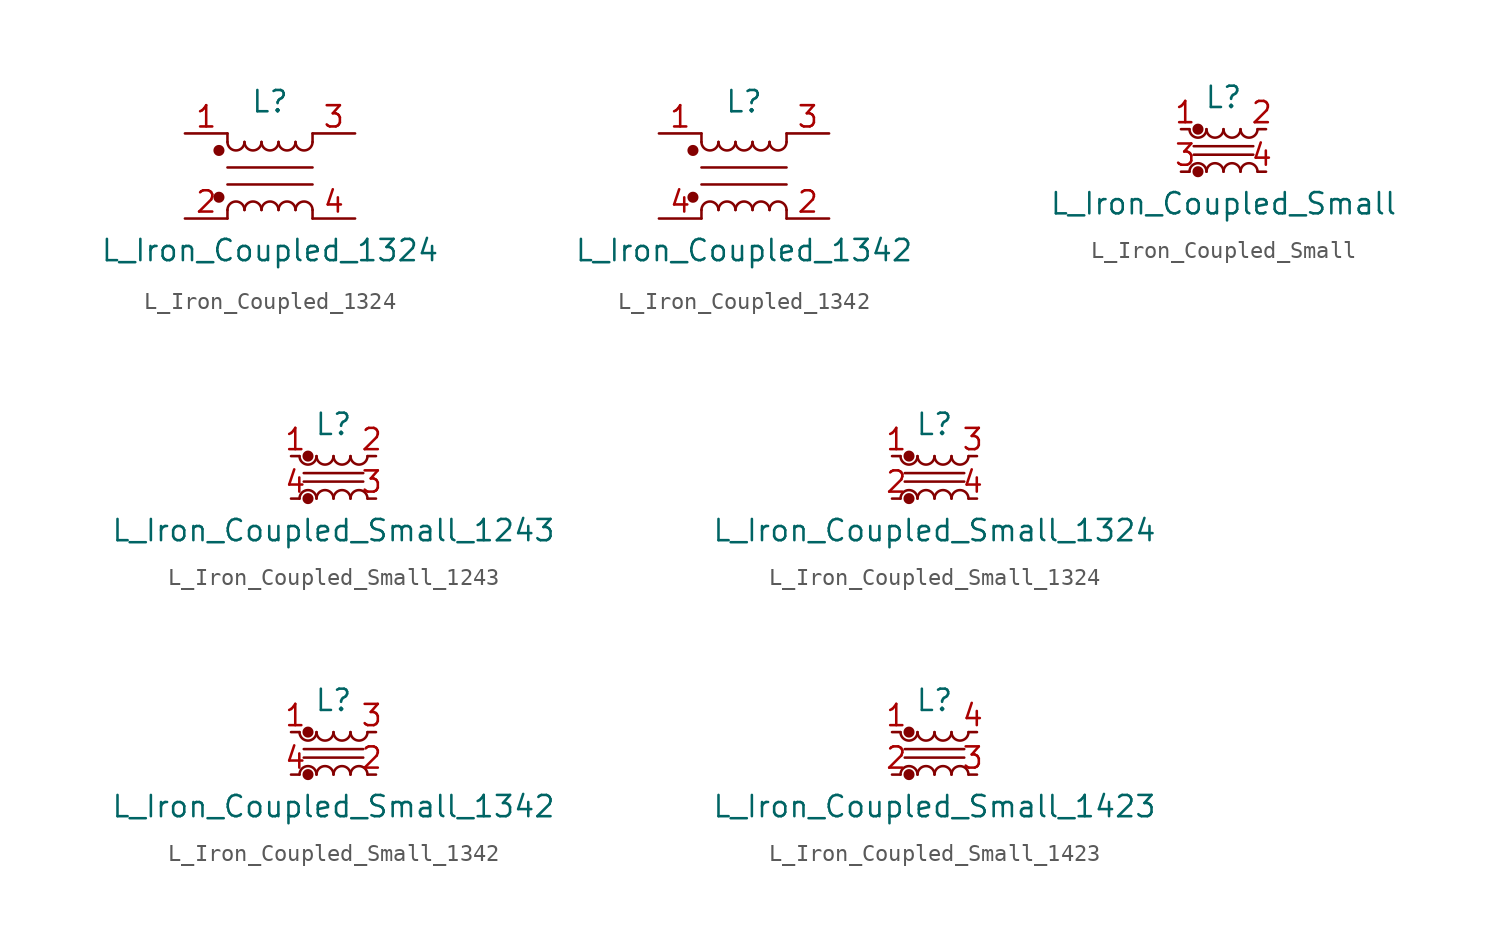
<source format=kicad_sym>
(kicad_symbol_lib
  (version 20201005)
  (generator kicad_symbol_editor)
  (symbol "L_Iron_Coupled_1324"
    (pin_names
      (offset 0.254) hide)
    (property "Reference" "L"
      (at 0 4.445 0)
      (effects (font (size 1.27 1.27))))
    (property "Value" "L_Iron_Coupled_1324"
      (at 0 -4.445 0)
      (effects (font (size 1.27 1.27))))
    (symbol "L_Iron_Coupled_1324_0_1"
      (arc (start -1.524 -2.032) (end -2.54 -2.032) (radius (at -2.032 -2.032) (length 0.508) (angles 0.1 179.9)) (stroke (width 0)) (fill (type none)))
      (arc (start -2.54 2.032) (end -1.524 2.032) (radius (at -2.032 2.032) (length 0.508) (angles -179.9 -0.1)) (stroke (width 0)) (fill (type none)))
      (arc (start -0.508 -2.032) (end -1.524 -2.032) (radius (at -1.016 -2.032) (length 0.508) (angles 0.1 179.9)) (stroke (width 0)) (fill (type none)))
      (arc (start -1.524 2.032) (end -0.508 2.032) (radius (at -1.016 2.032) (length 0.508) (angles -179.9 -0.1)) (stroke (width 0)) (fill (type none)))
      (arc (start 0.508 -2.032) (end -0.508 -2.032) (radius (at 0 -2.032) (length 0.508) (angles 0.1 179.9)) (stroke (width 0)) (fill (type none)))
      (arc (start -0.508 2.032) (end 0.508 2.032) (radius (at 0 2.032) (length 0.508) (angles -179.9 -0.1)) (stroke (width 0)) (fill (type none)))
      (arc (start 1.524 -2.032) (end 0.508 -2.032) (radius (at 1.016 -2.032) (length 0.508) (angles 0.1 179.9)) (stroke (width 0)) (fill (type none)))
      (arc (start 0.508 2.032) (end 1.524 2.032) (radius (at 1.016 2.032) (length 0.508) (angles -179.9 -0.1)) (stroke (width 0)) (fill (type none)))
      (arc (start 2.54 -2.032) (end 1.524 -2.032) (radius (at 2.032 -2.032) (length 0.508) (angles 0.1 179.9)) (stroke (width 0)) (fill (type none)))
      (arc (start 1.524 2.032) (end 2.54 2.032) (radius (at 2.032 2.032) (length 0.508) (angles -179.9 -0.1)) (stroke (width 0)) (fill (type none)))
      (circle (center -3.048 -1.27) (radius 0.254) (stroke (width 0)) (fill (type outline)))
      (circle (center -3.048 1.524) (radius 0.254) (stroke (width 0)) (fill (type outline)))
      (polyline (pts (xy -2.54 -2.032) (xy -2.54 -2.54)) (stroke (width 0)) (fill (type none)))
      (polyline (pts (xy -2.54 0.508) (xy 2.54 0.508)) (stroke (width 0)) (fill (type none)))
      (polyline (pts (xy -2.54 2.032) (xy -2.54 2.54)) (stroke (width 0)) (fill (type none)))
      (polyline (pts (xy 2.54 -2.032) (xy 2.54 -2.54)) (stroke (width 0)) (fill (type none)))
      (polyline (pts (xy 2.54 -0.508) (xy -2.54 -0.508)) (stroke (width 0)) (fill (type none)))
      (polyline (pts (xy 2.54 2.54) (xy 2.54 2.032)) (stroke (width 0)) (fill (type none))))
    (symbol "L_Iron_Coupled_1324_1_1"
      (pin passive line (at -5.08 2.54 0) (length 2.54) (name "1" (effects (font (size 1.27 1.27)))) (number "1" (effects (font (size 1.27 1.27)))))
      (pin passive line (at -5.08 -2.54 0) (length 2.54) (name "2" (effects (font (size 1.27 1.27)))) (number "2" (effects (font (size 1.27 1.27)))))
      (pin passive line (at 5.08 2.54 180) (length 2.54) (name "3" (effects (font (size 1.27 1.27)))) (number "3" (effects (font (size 1.27 1.27)))))
      (pin passive line (at 5.08 -2.54 180) (length 2.54) (name "4" (effects (font (size 1.27 1.27)))) (number "4" (effects (font (size 1.27 1.27)))))))
  (symbol "L_Iron_Coupled_1342"
    (pin_names
      (offset 0.254) hide)
    (property "Reference" "L"
      (at 0 4.445 0)
      (effects (font (size 1.27 1.27))))
    (property "Value" "L_Iron_Coupled_1342"
      (at 0 -4.445 0)
      (effects (font (size 1.27 1.27))))
    (symbol "L_Iron_Coupled_1342_0_1"
      (arc (start -1.524 -2.032) (end -2.54 -2.032) (radius (at -2.032 -2.032) (length 0.508) (angles 0.1 179.9)) (stroke (width 0)) (fill (type none)))
      (arc (start -2.54 2.032) (end -1.524 2.032) (radius (at -2.032 2.032) (length 0.508) (angles -179.9 -0.1)) (stroke (width 0)) (fill (type none)))
      (arc (start -0.508 -2.032) (end -1.524 -2.032) (radius (at -1.016 -2.032) (length 0.508) (angles 0.1 179.9)) (stroke (width 0)) (fill (type none)))
      (arc (start -1.524 2.032) (end -0.508 2.032) (radius (at -1.016 2.032) (length 0.508) (angles -179.9 -0.1)) (stroke (width 0)) (fill (type none)))
      (arc (start 0.508 -2.032) (end -0.508 -2.032) (radius (at 0 -2.032) (length 0.508) (angles 0.1 179.9)) (stroke (width 0)) (fill (type none)))
      (arc (start -0.508 2.032) (end 0.508 2.032) (radius (at 0 2.032) (length 0.508) (angles -179.9 -0.1)) (stroke (width 0)) (fill (type none)))
      (arc (start 1.524 -2.032) (end 0.508 -2.032) (radius (at 1.016 -2.032) (length 0.508) (angles 0.1 179.9)) (stroke (width 0)) (fill (type none)))
      (arc (start 0.508 2.032) (end 1.524 2.032) (radius (at 1.016 2.032) (length 0.508) (angles -179.9 -0.1)) (stroke (width 0)) (fill (type none)))
      (arc (start 2.54 -2.032) (end 1.524 -2.032) (radius (at 2.032 -2.032) (length 0.508) (angles 0.1 179.9)) (stroke (width 0)) (fill (type none)))
      (arc (start 1.524 2.032) (end 2.54 2.032) (radius (at 2.032 2.032) (length 0.508) (angles -179.9 -0.1)) (stroke (width 0)) (fill (type none)))
      (circle (center -3.048 -1.27) (radius 0.254) (stroke (width 0)) (fill (type outline)))
      (circle (center -3.048 1.524) (radius 0.254) (stroke (width 0)) (fill (type outline)))
      (polyline (pts (xy -2.54 -2.032) (xy -2.54 -2.54)) (stroke (width 0)) (fill (type none)))
      (polyline (pts (xy -2.54 0.508) (xy 2.54 0.508)) (stroke (width 0)) (fill (type none)))
      (polyline (pts (xy -2.54 2.032) (xy -2.54 2.54)) (stroke (width 0)) (fill (type none)))
      (polyline (pts (xy 2.54 -2.032) (xy 2.54 -2.54)) (stroke (width 0)) (fill (type none)))
      (polyline (pts (xy 2.54 -0.508) (xy -2.54 -0.508)) (stroke (width 0)) (fill (type none)))
      (polyline (pts (xy 2.54 2.54) (xy 2.54 2.032)) (stroke (width 0)) (fill (type none))))
    (symbol "L_Iron_Coupled_1342_1_1"
      (pin passive line (at -5.08 2.54 0) (length 2.54) (name "1" (effects (font (size 1.27 1.27)))) (number "1" (effects (font (size 1.27 1.27)))))
      (pin passive line (at 5.08 -2.54 180) (length 2.54) (name "2" (effects (font (size 1.27 1.27)))) (number "2" (effects (font (size 1.27 1.27)))))
      (pin passive line (at 5.08 2.54 180) (length 2.54) (name "3" (effects (font (size 1.27 1.27)))) (number "3" (effects (font (size 1.27 1.27)))))
      (pin passive line (at -5.08 -2.54 0) (length 2.54) (name "4" (effects (font (size 1.27 1.27)))) (number "4" (effects (font (size 1.27 1.27)))))))
  (symbol "L_Iron_Coupled_Small"
    (pin_names
      (offset 0.254) hide)
    (property "Reference" "L"
      (at 0 3.175 0)
      (effects (font (size 1.27 1.27))))
    (property "Value" "L_Iron_Coupled_Small"
      (at 0 -3.175 0)
      (effects (font (size 1.27 1.27))))
    (symbol "L_Iron_Coupled_Small_0_1"
      (arc (start -1.016 -1.27) (end -2.032 -1.27) (radius (at -1.524 -1.27) (length 0.508) (angles 0.1 179.9)) (stroke (width 0)) (fill (type none)))
      (arc (start -2.032 1.27) (end -1.016 1.27) (radius (at -1.524 1.27) (length 0.508) (angles -179.9 -0.1)) (stroke (width 0)) (fill (type none)))
      (arc (start 0 -1.27) (end -1.016 -1.27) (radius (at -0.508 -1.27) (length 0.508) (angles 0.1 179.9)) (stroke (width 0)) (fill (type none)))
      (arc (start -1.016 1.27) (end 0 1.27) (radius (at -0.508 1.27) (length 0.508) (angles -179.9 -0.1)) (stroke (width 0)) (fill (type none)))
      (arc (start 1.016 -1.27) (end 0 -1.27) (radius (at 0.508 -1.27) (length 0.508) (angles 0.1 179.9)) (stroke (width 0)) (fill (type none)))
      (arc (start 0 1.27) (end 1.016 1.27) (radius (at 0.508 1.27) (length 0.508) (angles -179.9 -0.1)) (stroke (width 0)) (fill (type none)))
      (arc (start 2.032 -1.27) (end 1.016 -1.27) (radius (at 1.524 -1.27) (length 0.508) (angles 0.1 179.9)) (stroke (width 0)) (fill (type none)))
      (arc (start 1.016 1.27) (end 2.032 1.27) (radius (at 1.524 1.27) (length 0.508) (angles -179.9 -0.1)) (stroke (width 0)) (fill (type none)))
      (circle (center -1.524 -1.27) (radius 0.254) (stroke (width 0)) (fill (type outline)))
      (circle (center -1.524 1.27) (radius 0.254) (stroke (width 0)) (fill (type outline)))
      (polyline (pts (xy 1.778 -0.254) (xy -1.778 -0.254)) (stroke (width 0)) (fill (type none)))
      (polyline (pts (xy 1.778 0.254) (xy -1.778 0.254)) (stroke (width 0)) (fill (type none))))
    (symbol "L_Iron_Coupled_Small_1_1"
      (pin passive line (at -2.54 1.27 0) (length 0.508) (name "1" (effects (font (size 1.27 1.27)))) (number "1" (effects (font (size 1.27 1.27)))))
      (pin passive line (at 2.54 1.27 180) (length 0.508) (name "2" (effects (font (size 1.27 1.27)))) (number "2" (effects (font (size 1.27 1.27)))))
      (pin passive line (at -2.54 -1.27 0) (length 0.508) (name "3" (effects (font (size 1.27 1.27)))) (number "3" (effects (font (size 1.27 1.27)))))
      (pin passive line (at 2.54 -1.27 180) (length 0.508) (name "4" (effects (font (size 1.27 1.27)))) (number "4" (effects (font (size 1.27 1.27)))))))
  (symbol "L_Iron_Coupled_Small_1243"
    (pin_names
      (offset 0.254) hide)
    (property "Reference" "L"
      (at 0 3.175 0)
      (effects (font (size 1.27 1.27))))
    (property "Value" "L_Iron_Coupled_Small_1243"
      (at 0 -3.175 0)
      (effects (font (size 1.27 1.27))))
    (symbol "L_Iron_Coupled_Small_1243_0_1"
      (arc (start -1.016 -1.27) (end -2.032 -1.27) (radius (at -1.524 -1.27) (length 0.508) (angles 0.1 179.9)) (stroke (width 0)) (fill (type none)))
      (arc (start -2.032 1.27) (end -1.016 1.27) (radius (at -1.524 1.27) (length 0.508) (angles -179.9 -0.1)) (stroke (width 0)) (fill (type none)))
      (arc (start 0 -1.27) (end -1.016 -1.27) (radius (at -0.508 -1.27) (length 0.508) (angles 0.1 179.9)) (stroke (width 0)) (fill (type none)))
      (arc (start -1.016 1.27) (end 0 1.27) (radius (at -0.508 1.27) (length 0.508) (angles -179.9 -0.1)) (stroke (width 0)) (fill (type none)))
      (arc (start 1.016 -1.27) (end 0 -1.27) (radius (at 0.508 -1.27) (length 0.508) (angles 0.1 179.9)) (stroke (width 0)) (fill (type none)))
      (arc (start 0 1.27) (end 1.016 1.27) (radius (at 0.508 1.27) (length 0.508) (angles -179.9 -0.1)) (stroke (width 0)) (fill (type none)))
      (arc (start 2.032 -1.27) (end 1.016 -1.27) (radius (at 1.524 -1.27) (length 0.508) (angles 0.1 179.9)) (stroke (width 0)) (fill (type none)))
      (arc (start 1.016 1.27) (end 2.032 1.27) (radius (at 1.524 1.27) (length 0.508) (angles -179.9 -0.1)) (stroke (width 0)) (fill (type none)))
      (circle (center -1.524 -1.27) (radius 0.254) (stroke (width 0)) (fill (type outline)))
      (circle (center -1.524 1.27) (radius 0.254) (stroke (width 0)) (fill (type outline)))
      (polyline (pts (xy 1.778 -0.254) (xy -1.778 -0.254)) (stroke (width 0)) (fill (type none)))
      (polyline (pts (xy 1.778 0.254) (xy -1.778 0.254)) (stroke (width 0)) (fill (type none))))
    (symbol "L_Iron_Coupled_Small_1243_1_1"
      (pin passive line (at -2.54 1.27 0) (length 0.508) (name "1" (effects (font (size 1.27 1.27)))) (number "1" (effects (font (size 1.27 1.27)))))
      (pin passive line (at 2.54 1.27 180) (length 0.508) (name "2" (effects (font (size 1.27 1.27)))) (number "2" (effects (font (size 1.27 1.27)))))
      (pin passive line (at 2.54 -1.27 180) (length 0.508) (name "3" (effects (font (size 1.27 1.27)))) (number "3" (effects (font (size 1.27 1.27)))))
      (pin passive line (at -2.54 -1.27 0) (length 0.508) (name "4" (effects (font (size 1.27 1.27)))) (number "4" (effects (font (size 1.27 1.27)))))))
  (symbol "L_Iron_Coupled_Small_1324"
    (pin_names
      (offset 0.254) hide)
    (property "Reference" "L"
      (at 0 3.175 0)
      (effects (font (size 1.27 1.27))))
    (property "Value" "L_Iron_Coupled_Small_1324"
      (at 0 -3.175 0)
      (effects (font (size 1.27 1.27))))
    (symbol "L_Iron_Coupled_Small_1324_0_1"
      (arc (start -1.016 -1.27) (end -2.032 -1.27) (radius (at -1.524 -1.27) (length 0.508) (angles 0.1 179.9)) (stroke (width 0)) (fill (type none)))
      (arc (start -2.032 1.27) (end -1.016 1.27) (radius (at -1.524 1.27) (length 0.508) (angles -179.9 -0.1)) (stroke (width 0)) (fill (type none)))
      (arc (start 0 -1.27) (end -1.016 -1.27) (radius (at -0.508 -1.27) (length 0.508) (angles 0.1 179.9)) (stroke (width 0)) (fill (type none)))
      (arc (start -1.016 1.27) (end 0 1.27) (radius (at -0.508 1.27) (length 0.508) (angles -179.9 -0.1)) (stroke (width 0)) (fill (type none)))
      (arc (start 1.016 -1.27) (end 0 -1.27) (radius (at 0.508 -1.27) (length 0.508) (angles 0.1 179.9)) (stroke (width 0)) (fill (type none)))
      (arc (start 0 1.27) (end 1.016 1.27) (radius (at 0.508 1.27) (length 0.508) (angles -179.9 -0.1)) (stroke (width 0)) (fill (type none)))
      (arc (start 2.032 -1.27) (end 1.016 -1.27) (radius (at 1.524 -1.27) (length 0.508) (angles 0.1 179.9)) (stroke (width 0)) (fill (type none)))
      (arc (start 1.016 1.27) (end 2.032 1.27) (radius (at 1.524 1.27) (length 0.508) (angles -179.9 -0.1)) (stroke (width 0)) (fill (type none)))
      (circle (center -1.524 -1.27) (radius 0.254) (stroke (width 0)) (fill (type outline)))
      (circle (center -1.524 1.27) (radius 0.254) (stroke (width 0)) (fill (type outline)))
      (polyline (pts (xy 1.778 -0.254) (xy -1.778 -0.254)) (stroke (width 0)) (fill (type none)))
      (polyline (pts (xy 1.778 0.254) (xy -1.778 0.254)) (stroke (width 0)) (fill (type none))))
    (symbol "L_Iron_Coupled_Small_1324_1_1"
      (pin passive line (at -2.54 1.27 0) (length 0.508) (name "1" (effects (font (size 1.27 1.27)))) (number "1" (effects (font (size 1.27 1.27)))))
      (pin passive line (at -2.54 -1.27 0) (length 0.508) (name "2" (effects (font (size 1.27 1.27)))) (number "2" (effects (font (size 1.27 1.27)))))
      (pin passive line (at 2.54 1.27 180) (length 0.508) (name "3" (effects (font (size 1.27 1.27)))) (number "3" (effects (font (size 1.27 1.27)))))
      (pin passive line (at 2.54 -1.27 180) (length 0.508) (name "4" (effects (font (size 1.27 1.27)))) (number "4" (effects (font (size 1.27 1.27)))))))
  (symbol "L_Iron_Coupled_Small_1342"
    (pin_names
      (offset 0.254) hide)
    (property "Reference" "L"
      (at 0 3.175 0)
      (effects (font (size 1.27 1.27))))
    (property "Value" "L_Iron_Coupled_Small_1342"
      (at 0 -3.175 0)
      (effects (font (size 1.27 1.27))))
    (symbol "L_Iron_Coupled_Small_1342_0_1"
      (arc (start -1.016 -1.27) (end -2.032 -1.27) (radius (at -1.524 -1.27) (length 0.508) (angles 0.1 179.9)) (stroke (width 0)) (fill (type none)))
      (arc (start -2.032 1.27) (end -1.016 1.27) (radius (at -1.524 1.27) (length 0.508) (angles -179.9 -0.1)) (stroke (width 0)) (fill (type none)))
      (arc (start 0 -1.27) (end -1.016 -1.27) (radius (at -0.508 -1.27) (length 0.508) (angles 0.1 179.9)) (stroke (width 0)) (fill (type none)))
      (arc (start -1.016 1.27) (end 0 1.27) (radius (at -0.508 1.27) (length 0.508) (angles -179.9 -0.1)) (stroke (width 0)) (fill (type none)))
      (arc (start 1.016 -1.27) (end 0 -1.27) (radius (at 0.508 -1.27) (length 0.508) (angles 0.1 179.9)) (stroke (width 0)) (fill (type none)))
      (arc (start 0 1.27) (end 1.016 1.27) (radius (at 0.508 1.27) (length 0.508) (angles -179.9 -0.1)) (stroke (width 0)) (fill (type none)))
      (arc (start 2.032 -1.27) (end 1.016 -1.27) (radius (at 1.524 -1.27) (length 0.508) (angles 0.1 179.9)) (stroke (width 0)) (fill (type none)))
      (arc (start 1.016 1.27) (end 2.032 1.27) (radius (at 1.524 1.27) (length 0.508) (angles -179.9 -0.1)) (stroke (width 0)) (fill (type none)))
      (circle (center -1.524 -1.27) (radius 0.254) (stroke (width 0)) (fill (type outline)))
      (circle (center -1.524 1.27) (radius 0.254) (stroke (width 0)) (fill (type outline)))
      (polyline (pts (xy 1.778 -0.254) (xy -1.778 -0.254)) (stroke (width 0)) (fill (type none)))
      (polyline (pts (xy 1.778 0.254) (xy -1.778 0.254)) (stroke (width 0)) (fill (type none))))
    (symbol "L_Iron_Coupled_Small_1342_1_1"
      (pin passive line (at -2.54 1.27 0) (length 0.508) (name "1" (effects (font (size 1.27 1.27)))) (number "1" (effects (font (size 1.27 1.27)))))
      (pin passive line (at 2.54 -1.27 180) (length 0.508) (name "2" (effects (font (size 1.27 1.27)))) (number "2" (effects (font (size 1.27 1.27)))))
      (pin passive line (at 2.54 1.27 180) (length 0.508) (name "3" (effects (font (size 1.27 1.27)))) (number "3" (effects (font (size 1.27 1.27)))))
      (pin passive line (at -2.54 -1.27 0) (length 0.508) (name "4" (effects (font (size 1.27 1.27)))) (number "4" (effects (font (size 1.27 1.27)))))))
  (symbol "L_Iron_Coupled_Small_1423"
    (pin_names
      (offset 0.254) hide)
    (property "Reference" "L"
      (at 0 3.175 0)
      (effects (font (size 1.27 1.27))))
    (property "Value" "L_Iron_Coupled_Small_1423"
      (at 0 -3.175 0)
      (effects (font (size 1.27 1.27))))
    (symbol "L_Iron_Coupled_Small_1423_0_1"
      (arc (start -1.016 -1.27) (end -2.032 -1.27) (radius (at -1.524 -1.27) (length 0.508) (angles 0.1 179.9)) (stroke (width 0)) (fill (type none)))
      (arc (start -2.032 1.27) (end -1.016 1.27) (radius (at -1.524 1.27) (length 0.508) (angles -179.9 -0.1)) (stroke (width 0)) (fill (type none)))
      (arc (start 0 -1.27) (end -1.016 -1.27) (radius (at -0.508 -1.27) (length 0.508) (angles 0.1 179.9)) (stroke (width 0)) (fill (type none)))
      (arc (start -1.016 1.27) (end 0 1.27) (radius (at -0.508 1.27) (length 0.508) (angles -179.9 -0.1)) (stroke (width 0)) (fill (type none)))
      (arc (start 1.016 -1.27) (end 0 -1.27) (radius (at 0.508 -1.27) (length 0.508) (angles 0.1 179.9)) (stroke (width 0)) (fill (type none)))
      (arc (start 0 1.27) (end 1.016 1.27) (radius (at 0.508 1.27) (length 0.508) (angles -179.9 -0.1)) (stroke (width 0)) (fill (type none)))
      (arc (start 2.032 -1.27) (end 1.016 -1.27) (radius (at 1.524 -1.27) (length 0.508) (angles 0.1 179.9)) (stroke (width 0)) (fill (type none)))
      (arc (start 1.016 1.27) (end 2.032 1.27) (radius (at 1.524 1.27) (length 0.508) (angles -179.9 -0.1)) (stroke (width 0)) (fill (type none)))
      (circle (center -1.524 -1.27) (radius 0.254) (stroke (width 0)) (fill (type outline)))
      (circle (center -1.524 1.27) (radius 0.254) (stroke (width 0)) (fill (type outline)))
      (polyline (pts (xy 1.778 -0.254) (xy -1.778 -0.254)) (stroke (width 0)) (fill (type none)))
      (polyline (pts (xy 1.778 0.254) (xy -1.778 0.254)) (stroke (width 0)) (fill (type none))))
    (symbol "L_Iron_Coupled_Small_1423_1_1"
      (pin passive line (at -2.54 1.27 0) (length 0.508) (name "1" (effects (font (size 1.27 1.27)))) (number "1" (effects (font (size 1.27 1.27)))))
      (pin passive line (at -2.54 -1.27 0) (length 0.508) (name "2" (effects (font (size 1.27 1.27)))) (number "2" (effects (font (size 1.27 1.27)))))
      (pin passive line (at 2.54 -1.27 180) (length 0.508) (name "3" (effects (font (size 1.27 1.27)))) (number "3" (effects (font (size 1.27 1.27)))))
      (pin passive line (at 2.54 1.27 180) (length 0.508) (name "4" (effects (font (size 1.27 1.27)))) (number "4" (effects (font (size 1.27 1.27))))))))
</source>
